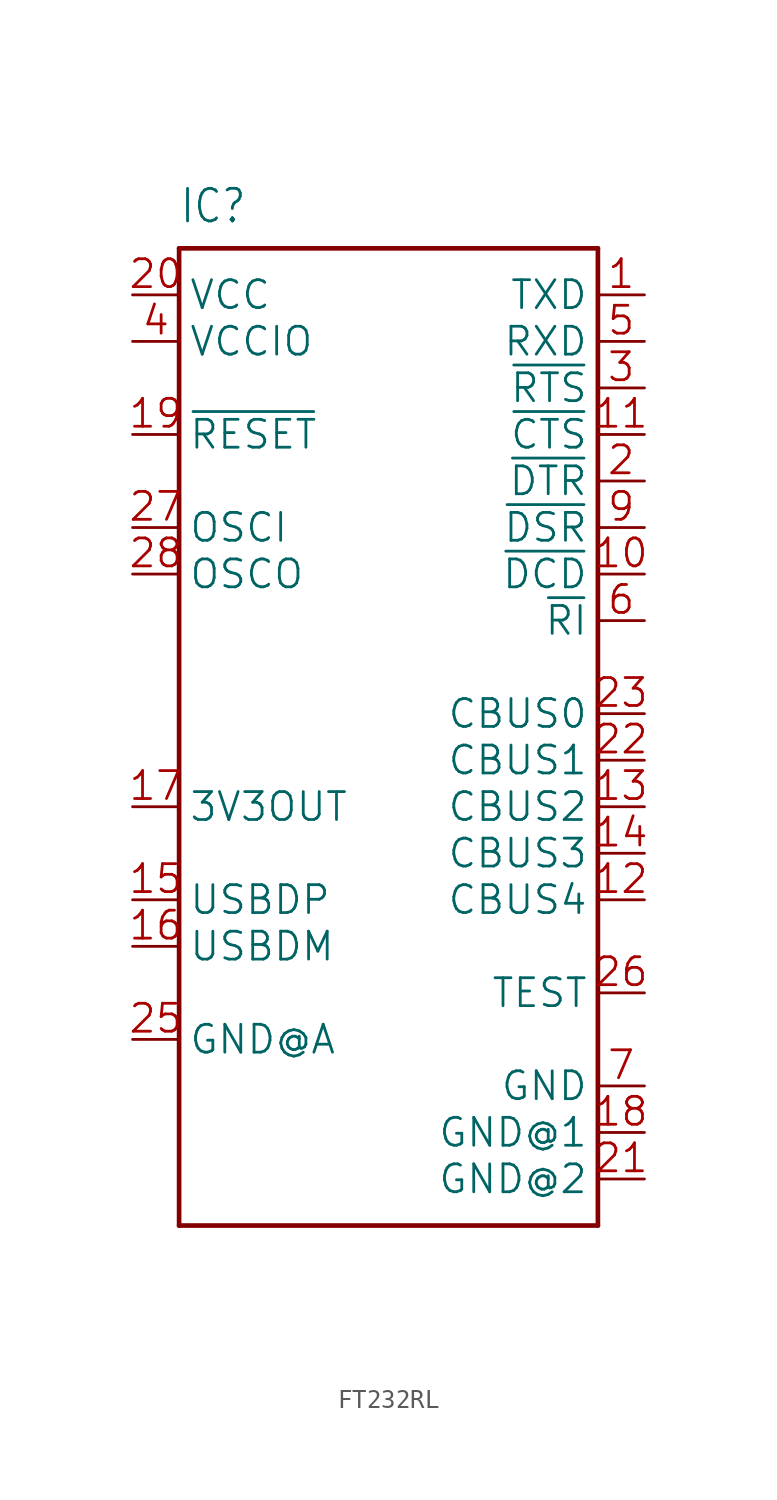
<source format=kicad_sym>
(kicad_symbol_lib
  (version 20241209)
  (generator "kicad_symbol_editor")
  (generator_version "9.0")
  (symbol "FT232RL"
    (property "Reference" "IC"
      (at -10.16 26.67 0)
      (effects (font (size 1.778 1.511)) (justify left bottom)))
    (property "Value" ""
      (at -10.16 -30.48 0)
      (effects (font (size 1.778 1.511)) (justify left bottom)))
    (property "ki_locked" ""
      (at 0 0 0)
      (effects (font (size 1.27 1.27))))
    (symbol "FT232RL_1_0"
      (polyline (pts (xy -10.16 25.4) (xy 12.7 25.4)) (stroke (width 0.254) (type solid)) (fill (type none)))
      (polyline (pts (xy -10.16 -27.94) (xy -10.16 25.4)) (stroke (width 0.254) (type solid)) (fill (type none)))
      (polyline (pts (xy 12.7 25.4) (xy 12.7 -27.94)) (stroke (width 0.254) (type solid)) (fill (type none)))
      (polyline (pts (xy 12.7 -27.94) (xy -10.16 -27.94)) (stroke (width 0.254) (type solid)) (fill (type none)))
      (pin power_in line (at -12.7 22.86 0) (length 2.54) (name "VCC" (effects (font (size 1.524 1.524)))) (number "20" (effects (font (size 1.524 1.524)))))
      (pin power_in line (at -12.7 20.32 0) (length 2.54) (name "VCCIO" (effects (font (size 1.524 1.524)))) (number "4" (effects (font (size 1.524 1.524)))))
      (pin input line (at -12.7 15.24 0) (length 2.54) (name "~{RESET}" (effects (font (size 1.524 1.524)))) (number "19" (effects (font (size 1.524 1.524)))))
      (pin input line (at -12.7 10.16 0) (length 2.54) (name "OSCI" (effects (font (size 1.524 1.524)))) (number "27" (effects (font (size 1.524 1.524)))))
      (pin output line (at -12.7 7.62 0) (length 2.54) (name "OSCO" (effects (font (size 1.524 1.524)))) (number "28" (effects (font (size 1.524 1.524)))))
      (pin output line (at -12.7 -5.08 0) (length 2.54) (name "3V3OUT" (effects (font (size 1.524 1.524)))) (number "17" (effects (font (size 1.524 1.524)))))
      (pin bidirectional line (at -12.7 -10.16 0) (length 2.54) (name "USBDP" (effects (font (size 1.524 1.524)))) (number "15" (effects (font (size 1.524 1.524)))))
      (pin bidirectional line (at -12.7 -12.7 0) (length 2.54) (name "USBDM" (effects (font (size 1.524 1.524)))) (number "16" (effects (font (size 1.524 1.524)))))
      (pin power_in line (at -12.7 -17.78 0) (length 2.54) (name "GND@A" (effects (font (size 1.524 1.524)))) (number "25" (effects (font (size 1.524 1.524)))))
      (pin output line (at 15.24 22.86 180) (length 2.54) (name "TXD" (effects (font (size 1.524 1.524)))) (number "1" (effects (font (size 1.524 1.524)))))
      (pin input line (at 15.24 20.32 180) (length 2.54) (name "RXD" (effects (font (size 1.524 1.524)))) (number "5" (effects (font (size 1.524 1.524)))))
      (pin output line (at 15.24 17.78 180) (length 2.54) (name "~{RTS}" (effects (font (size 1.524 1.524)))) (number "3" (effects (font (size 1.524 1.524)))))
      (pin input line (at 15.24 15.24 180) (length 2.54) (name "~{CTS}" (effects (font (size 1.524 1.524)))) (number "11" (effects (font (size 1.524 1.524)))))
      (pin output line (at 15.24 12.7 180) (length 2.54) (name "~{DTR}" (effects (font (size 1.524 1.524)))) (number "2" (effects (font (size 1.524 1.524)))))
      (pin input line (at 15.24 10.16 180) (length 2.54) (name "~{DSR}" (effects (font (size 1.524 1.524)))) (number "9" (effects (font (size 1.524 1.524)))))
      (pin input line (at 15.24 7.62 180) (length 2.54) (name "~{DCD}" (effects (font (size 1.524 1.524)))) (number "10" (effects (font (size 1.524 1.524)))))
      (pin input line (at 15.24 5.08 180) (length 2.54) (name "~{RI}" (effects (font (size 1.524 1.524)))) (number "6" (effects (font (size 1.524 1.524)))))
      (pin bidirectional line (at 15.24 0 180) (length 2.54) (name "CBUS0" (effects (font (size 1.524 1.524)))) (number "23" (effects (font (size 1.524 1.524)))))
      (pin bidirectional line (at 15.24 -2.54 180) (length 2.54) (name "CBUS1" (effects (font (size 1.524 1.524)))) (number "22" (effects (font (size 1.524 1.524)))))
      (pin bidirectional line (at 15.24 -5.08 180) (length 2.54) (name "CBUS2" (effects (font (size 1.524 1.524)))) (number "13" (effects (font (size 1.524 1.524)))))
      (pin bidirectional line (at 15.24 -7.62 180) (length 2.54) (name "CBUS3" (effects (font (size 1.524 1.524)))) (number "14" (effects (font (size 1.524 1.524)))))
      (pin bidirectional line (at 15.24 -10.16 180) (length 2.54) (name "CBUS4" (effects (font (size 1.524 1.524)))) (number "12" (effects (font (size 1.524 1.524)))))
      (pin input line (at 15.24 -15.24 180) (length 2.54) (name "TEST" (effects (font (size 1.524 1.524)))) (number "26" (effects (font (size 1.524 1.524)))))
      (pin power_in line (at 15.24 -20.32 180) (length 2.54) (name "GND" (effects (font (size 1.524 1.524)))) (number "7" (effects (font (size 1.524 1.524)))))
      (pin power_in line (at 15.24 -22.86 180) (length 2.54) (name "GND@1" (effects (font (size 1.524 1.524)))) (number "18" (effects (font (size 1.524 1.524)))))
      (pin power_in line (at 15.24 -25.4 180) (length 2.54) (name "GND@2" (effects (font (size 1.524 1.524)))) (number "21" (effects (font (size 1.524 1.524))))))))
</source>
